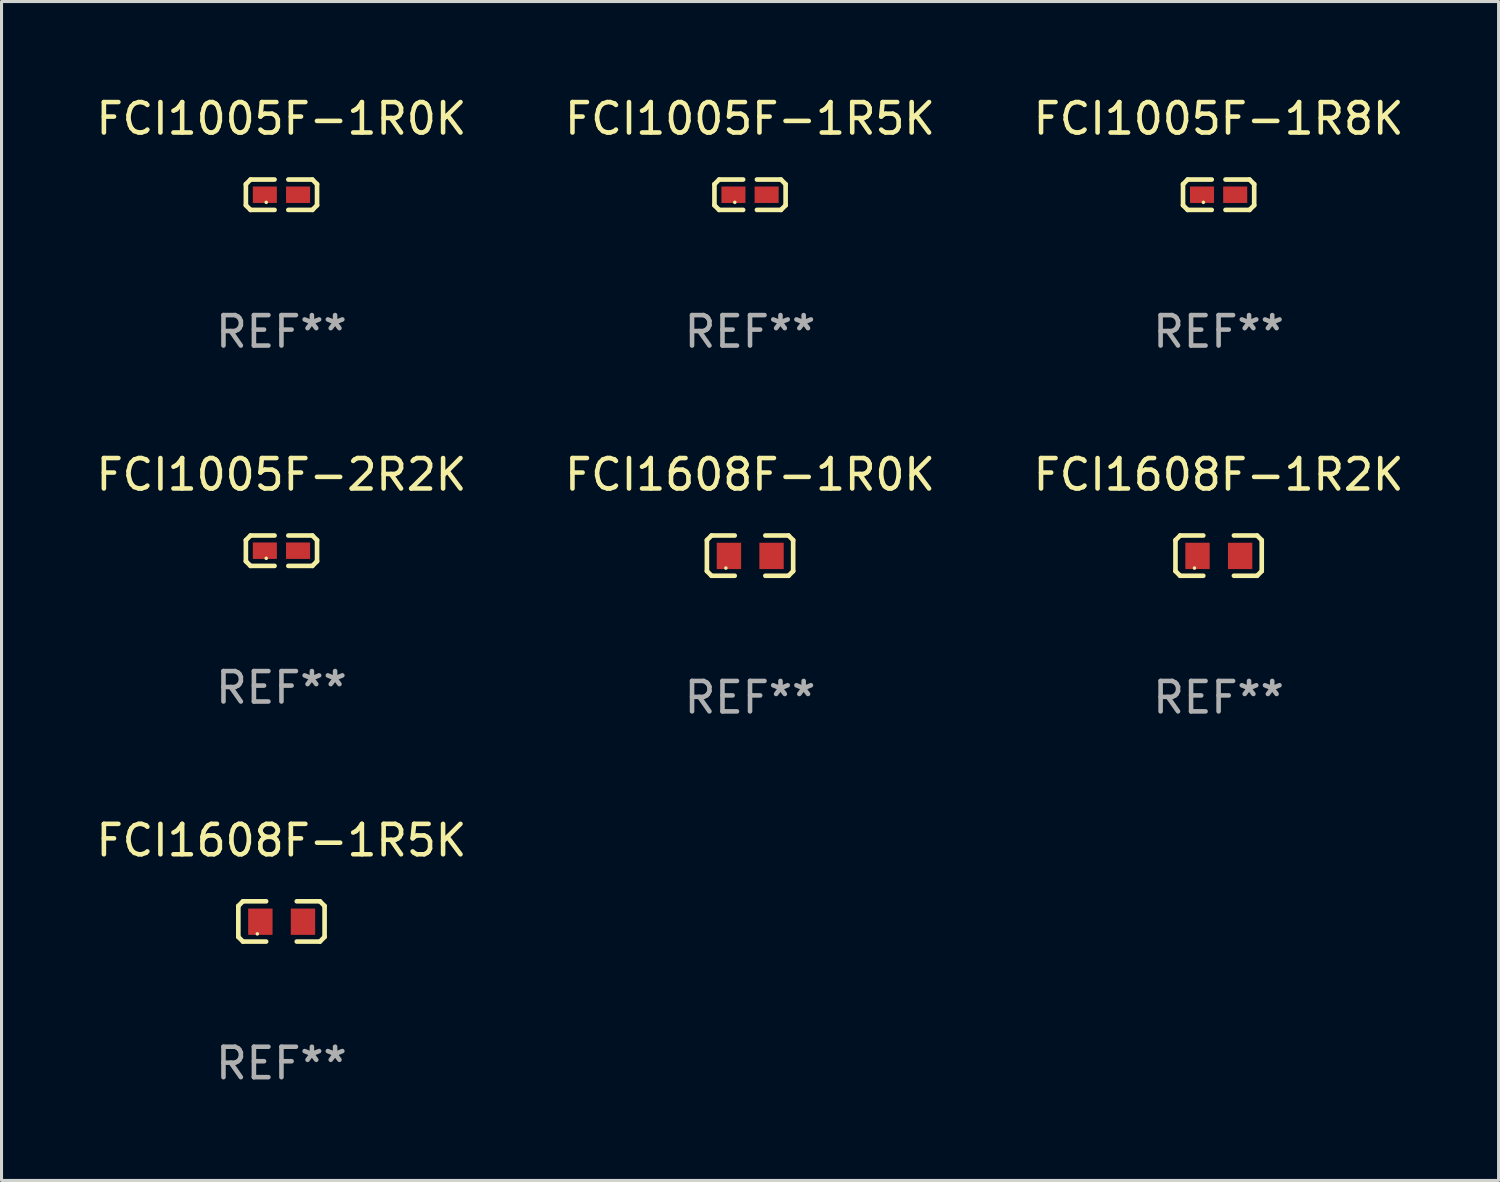
<source format=kicad_pcb>
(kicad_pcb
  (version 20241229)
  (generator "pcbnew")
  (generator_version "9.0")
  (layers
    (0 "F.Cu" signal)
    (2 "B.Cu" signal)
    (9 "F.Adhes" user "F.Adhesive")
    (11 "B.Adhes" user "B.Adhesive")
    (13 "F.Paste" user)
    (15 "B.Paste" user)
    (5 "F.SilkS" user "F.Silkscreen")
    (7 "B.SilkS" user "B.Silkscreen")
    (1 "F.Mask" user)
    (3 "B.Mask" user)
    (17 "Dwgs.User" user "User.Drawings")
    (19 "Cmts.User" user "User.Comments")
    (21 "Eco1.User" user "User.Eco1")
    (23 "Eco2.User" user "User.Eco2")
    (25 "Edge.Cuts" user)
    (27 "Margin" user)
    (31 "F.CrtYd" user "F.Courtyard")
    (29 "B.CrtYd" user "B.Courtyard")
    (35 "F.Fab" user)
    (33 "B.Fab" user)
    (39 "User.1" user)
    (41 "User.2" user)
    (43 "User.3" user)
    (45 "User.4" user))
  (footprint "FCI1608F-1R5K"
    (layer "F.Cu")
    (at 6.196 27.22)
    (property "Reference" "FCI1608F-1R5K" (at 0 -2.661 0) (layer "F.SilkS") (effects (font (size 1 1) (thickness 0.15))))
    (attr through_hole)
    (fp_line (start -1.417 -0.508) (end -1.265 -0.661) (stroke (width 0.152) (type solid)) (layer "F.SilkS"))
    (fp_line (start -1.417 0.508) (end -1.417 -0.508) (stroke (width 0.152) (type solid)) (layer "F.SilkS"))
    (fp_line (start -1.265 -0.661) (end -0.503 -0.661) (stroke (width 0.152) (type solid)) (layer "F.SilkS"))
    (fp_line (start -1.265 0.661) (end -1.417 0.508) (stroke (width 0.152) (type solid)) (layer "F.SilkS"))
    (fp_line (start -1.265 0.661) (end -0.503 0.661) (stroke (width 0.152) (type solid)) (layer "F.SilkS"))
    (fp_line (start 1.265 -0.661) (end 0.503 -0.661) (stroke (width 0.152) (type solid)) (layer "F.SilkS"))
    (fp_line (start 1.265 -0.661) (end 1.417 -0.508) (stroke (width 0.152) (type solid)) (layer "F.SilkS"))
    (fp_line (start 1.265 0.661) (end 0.503 0.661) (stroke (width 0.152) (type solid)) (layer "F.SilkS"))
    (fp_line (start 1.417 -0.508) (end 1.417 0.508) (stroke (width 0.152) (type solid)) (layer "F.SilkS"))
    (fp_line (start 1.417 0.508) (end 1.265 0.661) (stroke (width 0.152) (type solid)) (layer "F.SilkS"))
    (fp_circle (center -0.793 0.409) (end -0.763 0.409) (stroke (width 0.06) (type solid)) (fill no) (layer "F.SilkS"))
    (fp_text user "REF**" (at 0 4.661 0) (layer "F.Fab") (effects (font (size 1 1) (thickness 0.15))))
    (pad "1" smd rect (at -0.693 0.009 180) (size 0.8 0.864) (layers "F.Cu" "F.Mask" "F.Paste"))
    (pad "2" smd rect (at 0.707 0.009 180) (size 0.8 0.864) (layers "F.Cu" "F.Mask" "F.Paste")))
  (footprint "FCI1608F-1R2K"
    (layer "F.Cu")
    (at 36.982 15.203)
    (property "Reference" "FCI1608F-1R2K" (at 0 -2.661 0) (layer "F.SilkS") (effects (font (size 1 1) (thickness 0.15))))
    (attr through_hole)
    (fp_line (start -1.417 -0.508) (end -1.265 -0.661) (stroke (width 0.152) (type solid)) (layer "F.SilkS"))
    (fp_line (start -1.417 0.508) (end -1.417 -0.508) (stroke (width 0.152) (type solid)) (layer "F.SilkS"))
    (fp_line (start -1.265 -0.661) (end -0.503 -0.661) (stroke (width 0.152) (type solid)) (layer "F.SilkS"))
    (fp_line (start -1.265 0.661) (end -1.417 0.508) (stroke (width 0.152) (type solid)) (layer "F.SilkS"))
    (fp_line (start -1.265 0.661) (end -0.503 0.661) (stroke (width 0.152) (type solid)) (layer "F.SilkS"))
    (fp_line (start 1.265 -0.661) (end 0.503 -0.661) (stroke (width 0.152) (type solid)) (layer "F.SilkS"))
    (fp_line (start 1.265 -0.661) (end 1.417 -0.508) (stroke (width 0.152) (type solid)) (layer "F.SilkS"))
    (fp_line (start 1.265 0.661) (end 0.503 0.661) (stroke (width 0.152) (type solid)) (layer "F.SilkS"))
    (fp_line (start 1.417 -0.508) (end 1.417 0.508) (stroke (width 0.152) (type solid)) (layer "F.SilkS"))
    (fp_line (start 1.417 0.508) (end 1.265 0.661) (stroke (width 0.152) (type solid)) (layer "F.SilkS"))
    (fp_circle (center -0.793 0.409) (end -0.763 0.409) (stroke (width 0.06) (type solid)) (fill no) (layer "F.SilkS"))
    (fp_text user "REF**" (at 0 4.661 0) (layer "F.Fab") (effects (font (size 1 1) (thickness 0.15))))
    (pad "1" smd rect (at -0.693 0.009 180) (size 0.8 0.864) (layers "F.Cu" "F.Mask" "F.Paste"))
    (pad "2" smd rect (at 0.707 0.009 180) (size 0.8 0.864) (layers "F.Cu" "F.Mask" "F.Paste")))
  (footprint "FCI1005F-1R0K"
    (layer "F.Cu")
    (at 6.196 3.347)
    (property "Reference" "FCI1005F-1R0K" (at 0 -2.499 0) (layer "F.SilkS") (effects (font (size 1 1) (thickness 0.15))))
    (attr through_hole)
    (fp_line (start -1.169 -0.346) (end -1.016 -0.499) (stroke (width 0.152) (type solid)) (layer "F.SilkS"))
    (fp_line (start -1.169 0.346) (end -1.169 -0.346) (stroke (width 0.152) (type solid)) (layer "F.SilkS"))
    (fp_line (start -1.016 -0.499) (end -0.226 -0.499) (stroke (width 0.152) (type solid)) (layer "F.SilkS"))
    (fp_line (start -1.016 0.499) (end -1.169 0.346) (stroke (width 0.152) (type solid)) (layer "F.SilkS"))
    (fp_line (start -0.226 0.499) (end -1.016 0.499) (stroke (width 0.152) (type solid)) (layer "F.SilkS"))
    (fp_line (start 0.226 0.499) (end 1.016 0.499) (stroke (width 0.152) (type solid)) (layer "F.SilkS"))
    (fp_line (start 1.016 -0.499) (end 0.226 -0.499) (stroke (width 0.152) (type solid)) (layer "F.SilkS"))
    (fp_line (start 1.016 0.499) (end 1.169 0.346) (stroke (width 0.152) (type solid)) (layer "F.SilkS"))
    (fp_line (start 1.169 -0.346) (end 1.016 -0.499) (stroke (width 0.152) (type solid)) (layer "F.SilkS"))
    (fp_line (start 1.169 0.346) (end 1.169 -0.346) (stroke (width 0.152) (type solid)) (layer "F.SilkS"))
    (fp_circle (center -0.5 0.25) (end -0.47 0.25) (stroke (width 0.06) (type solid)) (fill no) (layer "F.SilkS"))
    (fp_text user "REF**" (at 0 4.499 0) (layer "F.Fab") (effects (font (size 1 1) (thickness 0.15))))
    (pad "1" smd rect (at -0.545 0) (size 0.79 0.54) (layers "F.Cu" "F.Mask" "F.Paste"))
    (pad "2" smd rect (at 0.545 0) (size 0.79 0.54) (layers "F.Cu" "F.Mask" "F.Paste")))
  (footprint "FCI1005F-1R5K"
    (layer "F.Cu")
    (at 21.589 3.347)
    (property "Reference" "FCI1005F-1R5K" (at 0 -2.499 0) (layer "F.SilkS") (effects (font (size 1 1) (thickness 0.15))))
    (attr through_hole)
    (fp_line (start -1.169 -0.346) (end -1.016 -0.499) (stroke (width 0.152) (type solid)) (layer "F.SilkS"))
    (fp_line (start -1.169 0.346) (end -1.169 -0.346) (stroke (width 0.152) (type solid)) (layer "F.SilkS"))
    (fp_line (start -1.016 -0.499) (end -0.226 -0.499) (stroke (width 0.152) (type solid)) (layer "F.SilkS"))
    (fp_line (start -1.016 0.499) (end -1.169 0.346) (stroke (width 0.152) (type solid)) (layer "F.SilkS"))
    (fp_line (start -0.226 0.499) (end -1.016 0.499) (stroke (width 0.152) (type solid)) (layer "F.SilkS"))
    (fp_line (start 0.226 0.499) (end 1.016 0.499) (stroke (width 0.152) (type solid)) (layer "F.SilkS"))
    (fp_line (start 1.016 -0.499) (end 0.226 -0.499) (stroke (width 0.152) (type solid)) (layer "F.SilkS"))
    (fp_line (start 1.016 0.499) (end 1.169 0.346) (stroke (width 0.152) (type solid)) (layer "F.SilkS"))
    (fp_line (start 1.169 -0.346) (end 1.016 -0.499) (stroke (width 0.152) (type solid)) (layer "F.SilkS"))
    (fp_line (start 1.169 0.346) (end 1.169 -0.346) (stroke (width 0.152) (type solid)) (layer "F.SilkS"))
    (fp_circle (center -0.5 0.25) (end -0.47 0.25) (stroke (width 0.06) (type solid)) (fill no) (layer "F.SilkS"))
    (fp_text user "REF**" (at 0 4.499 0) (layer "F.Fab") (effects (font (size 1 1) (thickness 0.15))))
    (pad "1" smd rect (at -0.545 0) (size 0.79 0.54) (layers "F.Cu" "F.Mask" "F.Paste"))
    (pad "2" smd rect (at 0.545 0) (size 0.79 0.54) (layers "F.Cu" "F.Mask" "F.Paste")))
  (footprint "FCI1005F-1R8K"
    (layer "F.Cu")
    (at 36.982 3.347)
    (property "Reference" "FCI1005F-1R8K" (at 0 -2.499 0) (layer "F.SilkS") (effects (font (size 1 1) (thickness 0.15))))
    (attr through_hole)
    (fp_line (start -1.169 -0.346) (end -1.016 -0.499) (stroke (width 0.152) (type solid)) (layer "F.SilkS"))
    (fp_line (start -1.169 0.346) (end -1.169 -0.346) (stroke (width 0.152) (type solid)) (layer "F.SilkS"))
    (fp_line (start -1.016 -0.499) (end -0.226 -0.499) (stroke (width 0.152) (type solid)) (layer "F.SilkS"))
    (fp_line (start -1.016 0.499) (end -1.169 0.346) (stroke (width 0.152) (type solid)) (layer "F.SilkS"))
    (fp_line (start -0.226 0.499) (end -1.016 0.499) (stroke (width 0.152) (type solid)) (layer "F.SilkS"))
    (fp_line (start 0.226 0.499) (end 1.016 0.499) (stroke (width 0.152) (type solid)) (layer "F.SilkS"))
    (fp_line (start 1.016 -0.499) (end 0.226 -0.499) (stroke (width 0.152) (type solid)) (layer "F.SilkS"))
    (fp_line (start 1.016 0.499) (end 1.169 0.346) (stroke (width 0.152) (type solid)) (layer "F.SilkS"))
    (fp_line (start 1.169 -0.346) (end 1.016 -0.499) (stroke (width 0.152) (type solid)) (layer "F.SilkS"))
    (fp_line (start 1.169 0.346) (end 1.169 -0.346) (stroke (width 0.152) (type solid)) (layer "F.SilkS"))
    (fp_circle (center -0.5 0.25) (end -0.47 0.25) (stroke (width 0.06) (type solid)) (fill no) (layer "F.SilkS"))
    (fp_text user "REF**" (at 0 4.499 0) (layer "F.Fab") (effects (font (size 1 1) (thickness 0.15))))
    (pad "1" smd rect (at -0.545 0) (size 0.79 0.54) (layers "F.Cu" "F.Mask" "F.Paste"))
    (pad "2" smd rect (at 0.545 0) (size 0.79 0.54) (layers "F.Cu" "F.Mask" "F.Paste")))
  (footprint "FCI1608F-1R0K"
    (layer "F.Cu")
    (at 21.589 15.203)
    (property "Reference" "FCI1608F-1R0K" (at 0 -2.661 0) (layer "F.SilkS") (effects (font (size 1 1) (thickness 0.15))))
    (attr through_hole)
    (fp_line (start -1.417 -0.508) (end -1.265 -0.661) (stroke (width 0.152) (type solid)) (layer "F.SilkS"))
    (fp_line (start -1.417 0.508) (end -1.417 -0.508) (stroke (width 0.152) (type solid)) (layer "F.SilkS"))
    (fp_line (start -1.265 -0.661) (end -0.503 -0.661) (stroke (width 0.152) (type solid)) (layer "F.SilkS"))
    (fp_line (start -1.265 0.661) (end -1.417 0.508) (stroke (width 0.152) (type solid)) (layer "F.SilkS"))
    (fp_line (start -1.265 0.661) (end -0.503 0.661) (stroke (width 0.152) (type solid)) (layer "F.SilkS"))
    (fp_line (start 1.265 -0.661) (end 0.503 -0.661) (stroke (width 0.152) (type solid)) (layer "F.SilkS"))
    (fp_line (start 1.265 -0.661) (end 1.417 -0.508) (stroke (width 0.152) (type solid)) (layer "F.SilkS"))
    (fp_line (start 1.265 0.661) (end 0.503 0.661) (stroke (width 0.152) (type solid)) (layer "F.SilkS"))
    (fp_line (start 1.417 -0.508) (end 1.417 0.508) (stroke (width 0.152) (type solid)) (layer "F.SilkS"))
    (fp_line (start 1.417 0.508) (end 1.265 0.661) (stroke (width 0.152) (type solid)) (layer "F.SilkS"))
    (fp_circle (center -0.793 0.409) (end -0.763 0.409) (stroke (width 0.06) (type solid)) (fill no) (layer "F.SilkS"))
    (fp_text user "REF**" (at 0 4.661 0) (layer "F.Fab") (effects (font (size 1 1) (thickness 0.15))))
    (pad "1" smd rect (at -0.693 0.009 180) (size 0.8 0.864) (layers "F.Cu" "F.Mask" "F.Paste"))
    (pad "2" smd rect (at 0.707 0.009 180) (size 0.8 0.864) (layers "F.Cu" "F.Mask" "F.Paste")))
  (footprint "FCI1005F-2R2K"
    (layer "F.Cu")
    (at 6.196 15.041)
    (property "Reference" "FCI1005F-2R2K" (at 0 -2.499 0) (layer "F.SilkS") (effects (font (size 1 1) (thickness 0.15))))
    (attr through_hole)
    (fp_line (start -1.169 -0.346) (end -1.016 -0.499) (stroke (width 0.152) (type solid)) (layer "F.SilkS"))
    (fp_line (start -1.169 0.346) (end -1.169 -0.346) (stroke (width 0.152) (type solid)) (layer "F.SilkS"))
    (fp_line (start -1.016 -0.499) (end -0.226 -0.499) (stroke (width 0.152) (type solid)) (layer "F.SilkS"))
    (fp_line (start -1.016 0.499) (end -1.169 0.346) (stroke (width 0.152) (type solid)) (layer "F.SilkS"))
    (fp_line (start -0.226 0.499) (end -1.016 0.499) (stroke (width 0.152) (type solid)) (layer "F.SilkS"))
    (fp_line (start 0.226 0.499) (end 1.016 0.499) (stroke (width 0.152) (type solid)) (layer "F.SilkS"))
    (fp_line (start 1.016 -0.499) (end 0.226 -0.499) (stroke (width 0.152) (type solid)) (layer "F.SilkS"))
    (fp_line (start 1.016 0.499) (end 1.169 0.346) (stroke (width 0.152) (type solid)) (layer "F.SilkS"))
    (fp_line (start 1.169 -0.346) (end 1.016 -0.499) (stroke (width 0.152) (type solid)) (layer "F.SilkS"))
    (fp_line (start 1.169 0.346) (end 1.169 -0.346) (stroke (width 0.152) (type solid)) (layer "F.SilkS"))
    (fp_circle (center -0.5 0.25) (end -0.47 0.25) (stroke (width 0.06) (type solid)) (fill no) (layer "F.SilkS"))
    (fp_text user "REF**" (at 0 4.499 0) (layer "F.Fab") (effects (font (size 1 1) (thickness 0.15))))
    (pad "1" smd rect (at -0.545 0) (size 0.79 0.54) (layers "F.Cu" "F.Mask" "F.Paste"))
    (pad "2" smd rect (at 0.545 0) (size 0.79 0.54) (layers "F.Cu" "F.Mask" "F.Paste")))
  (gr_rect
    (start -3 -3)
    (end 46.179 35.729)
    (stroke (width 0.1) (type default))
    (fill no)
    (layer "Edge.Cuts")))
</source>
